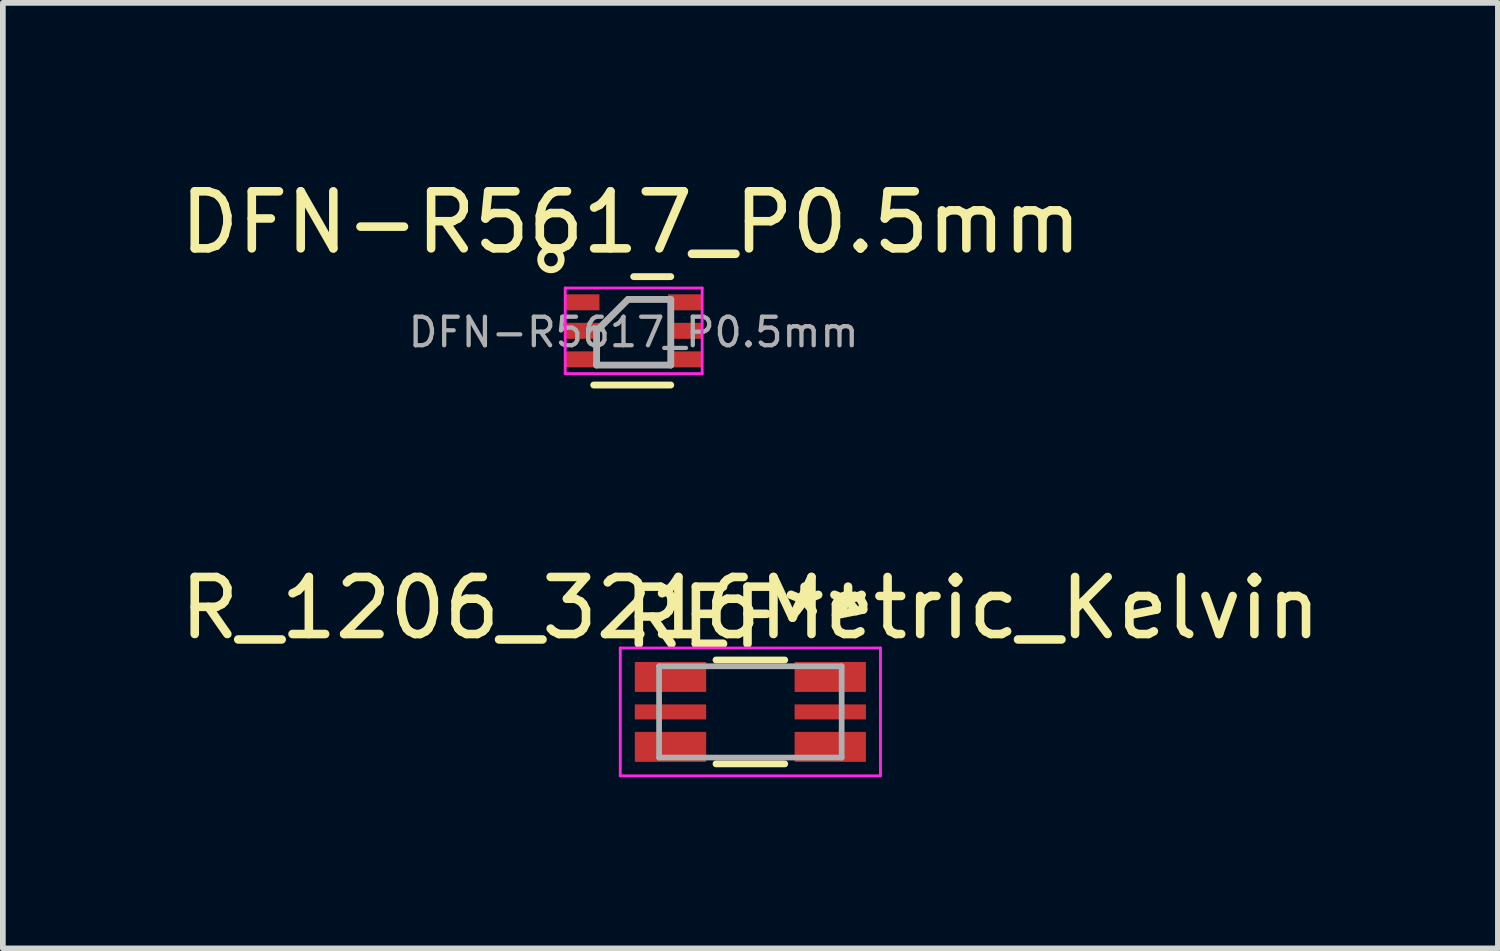
<source format=kicad_pcb>
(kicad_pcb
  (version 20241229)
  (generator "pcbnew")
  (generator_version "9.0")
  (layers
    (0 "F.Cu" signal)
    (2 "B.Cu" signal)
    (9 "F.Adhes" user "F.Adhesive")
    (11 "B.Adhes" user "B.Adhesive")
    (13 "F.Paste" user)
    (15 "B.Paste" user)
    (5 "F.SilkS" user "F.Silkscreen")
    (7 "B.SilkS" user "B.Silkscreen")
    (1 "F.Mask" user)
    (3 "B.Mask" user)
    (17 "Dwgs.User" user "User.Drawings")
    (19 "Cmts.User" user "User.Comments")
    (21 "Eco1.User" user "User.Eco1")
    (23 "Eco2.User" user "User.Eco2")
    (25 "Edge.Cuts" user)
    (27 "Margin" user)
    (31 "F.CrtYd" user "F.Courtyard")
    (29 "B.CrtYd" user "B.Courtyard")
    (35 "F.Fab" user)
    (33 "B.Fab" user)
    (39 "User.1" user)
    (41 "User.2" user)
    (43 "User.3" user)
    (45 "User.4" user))
  (footprint "R_1206_3216Metric_Kelvin"
    (layer "F.Cu")
    (at 10.101 9.427)
    (property "Reference" "R_1206_3216Metric_Kelvin" (at 0 -1.82 0) (layer "F.SilkS") (effects (font (size 1 1) (thickness 0.15))))
    (attr smd)
    (fp_line (start -0.602 -0.91) (end 0.602 -0.91) (stroke (width 0.12) (type solid)) (layer "F.SilkS"))
    (fp_line (start -0.602 0.91) (end 0.602 0.91) (stroke (width 0.12) (type solid)) (layer "F.SilkS"))
    (fp_line (start -2.28 -1.12) (end 2.28 -1.12) (stroke (width 0.05) (type solid)) (layer "F.CrtYd"))
    (fp_line (start -2.28 1.12) (end -2.28 -1.12) (stroke (width 0.05) (type solid)) (layer "F.CrtYd"))
    (fp_line (start 2.28 -1.12) (end 2.28 1.12) (stroke (width 0.05) (type solid)) (layer "F.CrtYd"))
    (fp_line (start 2.28 1.12) (end -2.28 1.12) (stroke (width 0.05) (type solid)) (layer "F.CrtYd"))
    (fp_line (start -1.6 -0.8) (end 1.6 -0.8) (stroke (width 0.1) (type solid)) (layer "F.Fab"))
    (fp_line (start -1.6 0.8) (end -1.6 -0.8) (stroke (width 0.1) (type solid)) (layer "F.Fab"))
    (fp_line (start 1.6 -0.8) (end 1.6 0.8) (stroke (width 0.1) (type solid)) (layer "F.Fab"))
    (fp_line (start 1.6 0.8) (end -1.6 0.8) (stroke (width 0.1) (type solid)) (layer "F.Fab"))
    (fp_text user "REF**" (at -0.05 -1.65 0) (unlocked yes) (layer "F.SilkS") (effects (font (size 1 1) (thickness 0.15))))
    (pad "1" smd rect (at -1.4 -0.613) (size 1.25 0.525) (layers "F.Cu" "F.Mask" "F.Paste"))
    (pad "1" smd rect (at -1.4 0.613) (size 1.25 0.525) (layers "F.Cu" "F.Mask" "F.Paste"))
    (pad "2" smd rect (at -1.4 0) (size 1.25 0.263) (layers "F.Cu" "F.Mask" "F.Paste"))
    (pad "3" smd rect (at 1.4 0) (size 1.25 0.263) (layers "F.Cu" "F.Mask" "F.Paste"))
    (pad "4" smd rect (at 1.4 -0.613) (size 1.25 0.525) (layers "F.Cu" "F.Mask" "F.Paste"))
    (pad "4" smd rect (at 1.4 0.613) (size 1.25 0.525) (layers "F.Cu" "F.Mask" "F.Paste")))
  (footprint "DFN-R5617_P0.5mm"
    (layer "F.Cu")
    (at 8.056 2.748)
    (property "Reference" "DFN-R5617_P0.5mm" (at -0.05 -1.9 180) (layer "F.SilkS") (effects (font (size 1 1) (thickness 0.15))))
    (attr smd)
    (fp_line (start -0.7 0.95) (end 0.65 0.95) (stroke (width 0.12) (type solid)) (layer "F.SilkS"))
    (fp_line (start 0 -0.95) (end 0.65 -0.95) (stroke (width 0.12) (type solid)) (layer "F.SilkS"))
    (fp_circle (center -1.45 -1.25) (end -1.35 -1.1) (stroke (width 0.12) (type solid)) (fill no) (layer "F.SilkS"))
    (fp_line (start -1.2 -0.75) (end -1.2 0.75) (stroke (width 0.05) (type solid)) (layer "F.CrtYd"))
    (fp_line (start -1.2 -0.75) (end 1.2 -0.75) (stroke (width 0.05) (type solid)) (layer "F.CrtYd"))
    (fp_line (start 1.2 0.75) (end -1.2 0.75) (stroke (width 0.05) (type solid)) (layer "F.CrtYd"))
    (fp_line (start 1.2 0.75) (end 1.2 -0.75) (stroke (width 0.05) (type solid)) (layer "F.CrtYd"))
    (fp_line (start -0.65 0) (end -0.65 0.6) (stroke (width 0.12) (type solid)) (layer "F.Fab"))
    (fp_line (start -0.65 0.6) (end 0.65 0.6) (stroke (width 0.12) (type solid)) (layer "F.Fab"))
    (fp_line (start -0.1 -0.55) (end -0.65 0) (stroke (width 0.12) (type solid)) (layer "F.Fab"))
    (fp_line (start 0.65 -0.55) (end -0.1 -0.55) (stroke (width 0.12) (type solid)) (layer "F.Fab"))
    (fp_line (start 0.65 0.6) (end 0.65 -0.55) (stroke (width 0.12) (type solid)) (layer "F.Fab"))
    (fp_text user "${REFERENCE}" (at 0 0.025 180) (layer "F.Fab") (effects (font (size 0.5 0.5) (thickness 0.075))))
    (pad "1" smd rect (at -0.9 -0.5) (size 0.6 0.28) (layers "F.Cu" "F.Mask" "F.Paste"))
    (pad "2" smd rect (at -0.9 0) (size 0.6 0.28) (layers "F.Cu" "F.Mask" "F.Paste"))
    (pad "3" smd rect (at -0.9 0.5) (size 0.6 0.28) (layers "F.Cu" "F.Mask" "F.Paste"))
    (pad "4" smd rect (at 0.9 0.5) (size 0.6 0.28) (layers "F.Cu" "F.Mask" "F.Paste"))
    (pad "5" smd rect (at 0.9 0) (size 0.6 0.28) (layers "F.Cu" "F.Mask" "F.Paste"))
    (pad "6" smd rect (at 0.9 -0.5) (size 0.6 0.28) (layers "F.Cu" "F.Mask" "F.Paste")))
  (gr_rect
    (start -3 -3)
    (end 23.202 13.572)
    (stroke (width 0.1) (type default))
    (fill no)
    (layer "Edge.Cuts")))
</source>
